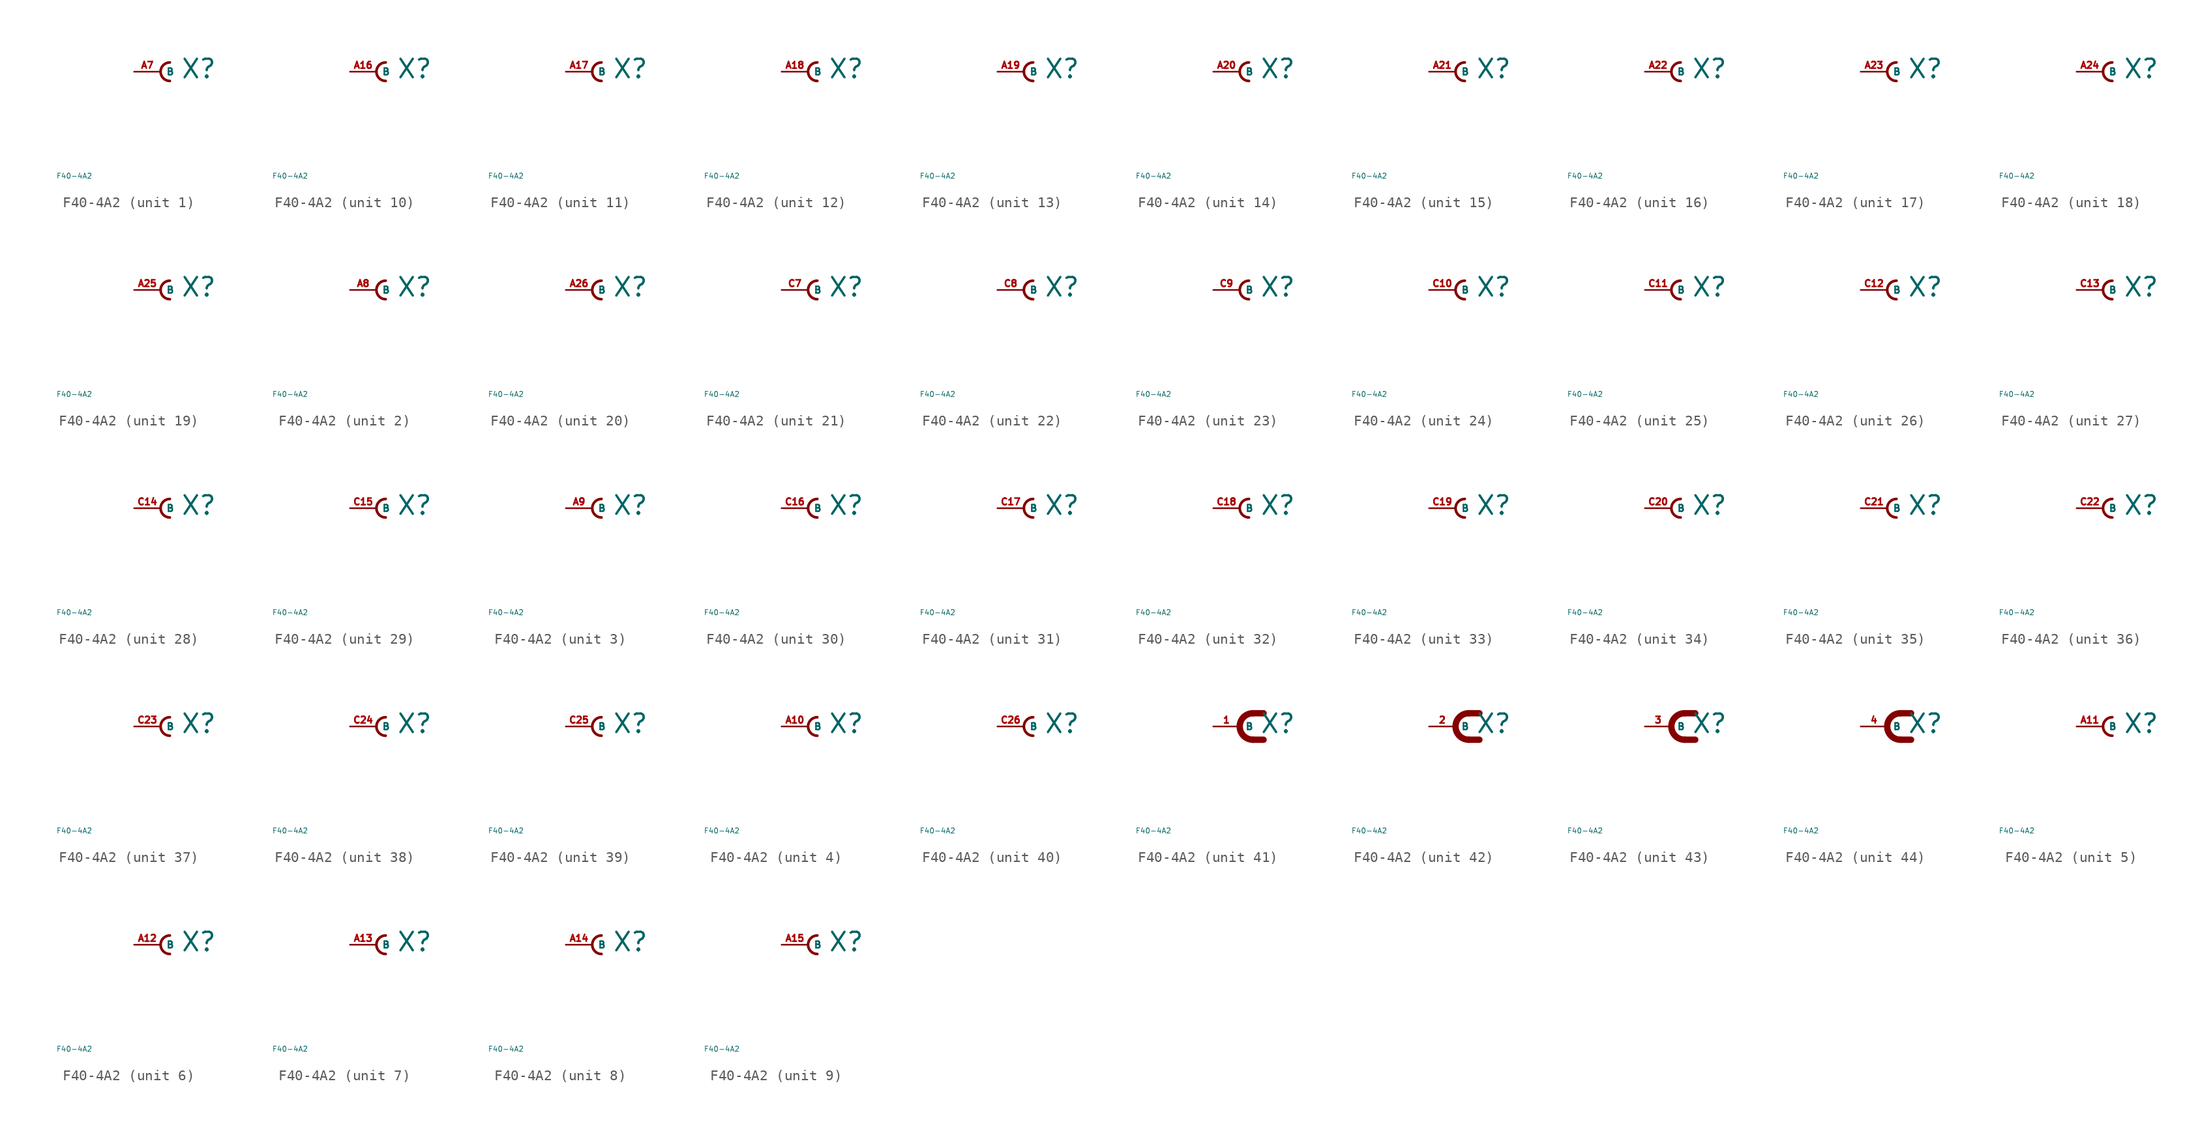
<source format=kicad_sym>
(kicad_symbol_lib
  (version 20220914)
  (generator Eagle2Kicad)
  (symbol "F40-4A2"
    (property "Reference" "X"
      (at 1.905 -0.762 0)
      (effects (font (size 1.778 1.778) (thickness 0.22)) (justify left bottom)))
    (property "Value" "F40-4A2"
      (at -10 -10 0)
      (effects (font (size 0.5 0.5) (thickness 0.06)) (justify left)))
    (symbol "F40-4A2_1_0"
      (arc (start 0.889 0.889) (mid 0.000 0.000) (end 0.889 -0.889) (stroke (width 0.254) (type default)) (fill (type none)))
      (pin passive line (at -2.54 0 0) (length 2.54) (name "B" (effects (font (size 0.635 0.635) (thickness 0.08)) (justify left bottom))) (number "A7" (effects (font (size 0.635 0.635) (thickness 0.08)) (justify left bottom)))))
    (symbol "F40-4A2_2_0"
      (arc (start 0.889 0.889) (mid 0.000 0.000) (end 0.889 -0.889) (stroke (width 0.254) (type default)) (fill (type none)))
      (pin passive line (at -2.54 0 0) (length 2.54) (name "B" (effects (font (size 0.635 0.635) (thickness 0.08)) (justify left bottom))) (number "A8" (effects (font (size 0.635 0.635) (thickness 0.08)) (justify left bottom)))))
    (symbol "F40-4A2_3_0"
      (arc (start 0.889 0.889) (mid 0.000 0.000) (end 0.889 -0.889) (stroke (width 0.254) (type default)) (fill (type none)))
      (pin passive line (at -2.54 0 0) (length 2.54) (name "B" (effects (font (size 0.635 0.635) (thickness 0.08)) (justify left bottom))) (number "A9" (effects (font (size 0.635 0.635) (thickness 0.08)) (justify left bottom)))))
    (symbol "F40-4A2_4_0"
      (arc (start 0.889 0.889) (mid 0.000 0.000) (end 0.889 -0.889) (stroke (width 0.254) (type default)) (fill (type none)))
      (pin passive line (at -2.54 0 0) (length 2.54) (name "B" (effects (font (size 0.635 0.635) (thickness 0.08)) (justify left bottom))) (number "A10" (effects (font (size 0.635 0.635) (thickness 0.08)) (justify left bottom)))))
    (symbol "F40-4A2_5_0"
      (arc (start 0.889 0.889) (mid 0.000 0.000) (end 0.889 -0.889) (stroke (width 0.254) (type default)) (fill (type none)))
      (pin passive line (at -2.54 0 0) (length 2.54) (name "B" (effects (font (size 0.635 0.635) (thickness 0.08)) (justify left bottom))) (number "A11" (effects (font (size 0.635 0.635) (thickness 0.08)) (justify left bottom)))))
    (symbol "F40-4A2_6_0"
      (arc (start 0.889 0.889) (mid 0.000 0.000) (end 0.889 -0.889) (stroke (width 0.254) (type default)) (fill (type none)))
      (pin passive line (at -2.54 0 0) (length 2.54) (name "B" (effects (font (size 0.635 0.635) (thickness 0.08)) (justify left bottom))) (number "A12" (effects (font (size 0.635 0.635) (thickness 0.08)) (justify left bottom)))))
    (symbol "F40-4A2_7_0"
      (arc (start 0.889 0.889) (mid 0.000 0.000) (end 0.889 -0.889) (stroke (width 0.254) (type default)) (fill (type none)))
      (pin passive line (at -2.54 0 0) (length 2.54) (name "B" (effects (font (size 0.635 0.635) (thickness 0.08)) (justify left bottom))) (number "A13" (effects (font (size 0.635 0.635) (thickness 0.08)) (justify left bottom)))))
    (symbol "F40-4A2_8_0"
      (arc (start 0.889 0.889) (mid 0.000 0.000) (end 0.889 -0.889) (stroke (width 0.254) (type default)) (fill (type none)))
      (pin passive line (at -2.54 0 0) (length 2.54) (name "B" (effects (font (size 0.635 0.635) (thickness 0.08)) (justify left bottom))) (number "A14" (effects (font (size 0.635 0.635) (thickness 0.08)) (justify left bottom)))))
    (symbol "F40-4A2_9_0"
      (arc (start 0.889 0.889) (mid 0.000 0.000) (end 0.889 -0.889) (stroke (width 0.254) (type default)) (fill (type none)))
      (pin passive line (at -2.54 0 0) (length 2.54) (name "B" (effects (font (size 0.635 0.635) (thickness 0.08)) (justify left bottom))) (number "A15" (effects (font (size 0.635 0.635) (thickness 0.08)) (justify left bottom)))))
    (symbol "F40-4A2_10_0"
      (arc (start 0.889 0.889) (mid 0.000 0.000) (end 0.889 -0.889) (stroke (width 0.254) (type default)) (fill (type none)))
      (pin passive line (at -2.54 0 0) (length 2.54) (name "B" (effects (font (size 0.635 0.635) (thickness 0.08)) (justify left bottom))) (number "A16" (effects (font (size 0.635 0.635) (thickness 0.08)) (justify left bottom)))))
    (symbol "F40-4A2_11_0"
      (arc (start 0.889 0.889) (mid 0.000 0.000) (end 0.889 -0.889) (stroke (width 0.254) (type default)) (fill (type none)))
      (pin passive line (at -2.54 0 0) (length 2.54) (name "B" (effects (font (size 0.635 0.635) (thickness 0.08)) (justify left bottom))) (number "A17" (effects (font (size 0.635 0.635) (thickness 0.08)) (justify left bottom)))))
    (symbol "F40-4A2_12_0"
      (arc (start 0.889 0.889) (mid 0.000 0.000) (end 0.889 -0.889) (stroke (width 0.254) (type default)) (fill (type none)))
      (pin passive line (at -2.54 0 0) (length 2.54) (name "B" (effects (font (size 0.635 0.635) (thickness 0.08)) (justify left bottom))) (number "A18" (effects (font (size 0.635 0.635) (thickness 0.08)) (justify left bottom)))))
    (symbol "F40-4A2_13_0"
      (arc (start 0.889 0.889) (mid 0.000 0.000) (end 0.889 -0.889) (stroke (width 0.254) (type default)) (fill (type none)))
      (pin passive line (at -2.54 0 0) (length 2.54) (name "B" (effects (font (size 0.635 0.635) (thickness 0.08)) (justify left bottom))) (number "A19" (effects (font (size 0.635 0.635) (thickness 0.08)) (justify left bottom)))))
    (symbol "F40-4A2_14_0"
      (arc (start 0.889 0.889) (mid 0.000 0.000) (end 0.889 -0.889) (stroke (width 0.254) (type default)) (fill (type none)))
      (pin passive line (at -2.54 0 0) (length 2.54) (name "B" (effects (font (size 0.635 0.635) (thickness 0.08)) (justify left bottom))) (number "A20" (effects (font (size 0.635 0.635) (thickness 0.08)) (justify left bottom)))))
    (symbol "F40-4A2_15_0"
      (arc (start 0.889 0.889) (mid 0.000 0.000) (end 0.889 -0.889) (stroke (width 0.254) (type default)) (fill (type none)))
      (pin passive line (at -2.54 0 0) (length 2.54) (name "B" (effects (font (size 0.635 0.635) (thickness 0.08)) (justify left bottom))) (number "A21" (effects (font (size 0.635 0.635) (thickness 0.08)) (justify left bottom)))))
    (symbol "F40-4A2_16_0"
      (arc (start 0.889 0.889) (mid 0.000 0.000) (end 0.889 -0.889) (stroke (width 0.254) (type default)) (fill (type none)))
      (pin passive line (at -2.54 0 0) (length 2.54) (name "B" (effects (font (size 0.635 0.635) (thickness 0.08)) (justify left bottom))) (number "A22" (effects (font (size 0.635 0.635) (thickness 0.08)) (justify left bottom)))))
    (symbol "F40-4A2_17_0"
      (arc (start 0.889 0.889) (mid 0.000 0.000) (end 0.889 -0.889) (stroke (width 0.254) (type default)) (fill (type none)))
      (pin passive line (at -2.54 0 0) (length 2.54) (name "B" (effects (font (size 0.635 0.635) (thickness 0.08)) (justify left bottom))) (number "A23" (effects (font (size 0.635 0.635) (thickness 0.08)) (justify left bottom)))))
    (symbol "F40-4A2_18_0"
      (arc (start 0.889 0.889) (mid 0.000 0.000) (end 0.889 -0.889) (stroke (width 0.254) (type default)) (fill (type none)))
      (pin passive line (at -2.54 0 0) (length 2.54) (name "B" (effects (font (size 0.635 0.635) (thickness 0.08)) (justify left bottom))) (number "A24" (effects (font (size 0.635 0.635) (thickness 0.08)) (justify left bottom)))))
    (symbol "F40-4A2_19_0"
      (arc (start 0.889 0.889) (mid 0.000 0.000) (end 0.889 -0.889) (stroke (width 0.254) (type default)) (fill (type none)))
      (pin passive line (at -2.54 0 0) (length 2.54) (name "B" (effects (font (size 0.635 0.635) (thickness 0.08)) (justify left bottom))) (number "A25" (effects (font (size 0.635 0.635) (thickness 0.08)) (justify left bottom)))))
    (symbol "F40-4A2_20_0"
      (arc (start 0.889 0.889) (mid 0.000 0.000) (end 0.889 -0.889) (stroke (width 0.254) (type default)) (fill (type none)))
      (pin passive line (at -2.54 0 0) (length 2.54) (name "B" (effects (font (size 0.635 0.635) (thickness 0.08)) (justify left bottom))) (number "A26" (effects (font (size 0.635 0.635) (thickness 0.08)) (justify left bottom)))))
    (symbol "F40-4A2_21_0"
      (arc (start 0.889 0.889) (mid 0.000 0.000) (end 0.889 -0.889) (stroke (width 0.254) (type default)) (fill (type none)))
      (pin passive line (at -2.54 0 0) (length 2.54) (name "B" (effects (font (size 0.635 0.635) (thickness 0.08)) (justify left bottom))) (number "C7" (effects (font (size 0.635 0.635) (thickness 0.08)) (justify left bottom)))))
    (symbol "F40-4A2_22_0"
      (arc (start 0.889 0.889) (mid 0.000 0.000) (end 0.889 -0.889) (stroke (width 0.254) (type default)) (fill (type none)))
      (pin passive line (at -2.54 0 0) (length 2.54) (name "B" (effects (font (size 0.635 0.635) (thickness 0.08)) (justify left bottom))) (number "C8" (effects (font (size 0.635 0.635) (thickness 0.08)) (justify left bottom)))))
    (symbol "F40-4A2_23_0"
      (arc (start 0.889 0.889) (mid 0.000 0.000) (end 0.889 -0.889) (stroke (width 0.254) (type default)) (fill (type none)))
      (pin passive line (at -2.54 0 0) (length 2.54) (name "B" (effects (font (size 0.635 0.635) (thickness 0.08)) (justify left bottom))) (number "C9" (effects (font (size 0.635 0.635) (thickness 0.08)) (justify left bottom)))))
    (symbol "F40-4A2_24_0"
      (arc (start 0.889 0.889) (mid 0.000 0.000) (end 0.889 -0.889) (stroke (width 0.254) (type default)) (fill (type none)))
      (pin passive line (at -2.54 0 0) (length 2.54) (name "B" (effects (font (size 0.635 0.635) (thickness 0.08)) (justify left bottom))) (number "C10" (effects (font (size 0.635 0.635) (thickness 0.08)) (justify left bottom)))))
    (symbol "F40-4A2_25_0"
      (arc (start 0.889 0.889) (mid 0.000 0.000) (end 0.889 -0.889) (stroke (width 0.254) (type default)) (fill (type none)))
      (pin passive line (at -2.54 0 0) (length 2.54) (name "B" (effects (font (size 0.635 0.635) (thickness 0.08)) (justify left bottom))) (number "C11" (effects (font (size 0.635 0.635) (thickness 0.08)) (justify left bottom)))))
    (symbol "F40-4A2_26_0"
      (arc (start 0.889 0.889) (mid 0.000 0.000) (end 0.889 -0.889) (stroke (width 0.254) (type default)) (fill (type none)))
      (pin passive line (at -2.54 0 0) (length 2.54) (name "B" (effects (font (size 0.635 0.635) (thickness 0.08)) (justify left bottom))) (number "C12" (effects (font (size 0.635 0.635) (thickness 0.08)) (justify left bottom)))))
    (symbol "F40-4A2_27_0"
      (arc (start 0.889 0.889) (mid 0.000 0.000) (end 0.889 -0.889) (stroke (width 0.254) (type default)) (fill (type none)))
      (pin passive line (at -2.54 0 0) (length 2.54) (name "B" (effects (font (size 0.635 0.635) (thickness 0.08)) (justify left bottom))) (number "C13" (effects (font (size 0.635 0.635) (thickness 0.08)) (justify left bottom)))))
    (symbol "F40-4A2_28_0"
      (arc (start 0.889 0.889) (mid 0.000 0.000) (end 0.889 -0.889) (stroke (width 0.254) (type default)) (fill (type none)))
      (pin passive line (at -2.54 0 0) (length 2.54) (name "B" (effects (font (size 0.635 0.635) (thickness 0.08)) (justify left bottom))) (number "C14" (effects (font (size 0.635 0.635) (thickness 0.08)) (justify left bottom)))))
    (symbol "F40-4A2_29_0"
      (arc (start 0.889 0.889) (mid 0.000 0.000) (end 0.889 -0.889) (stroke (width 0.254) (type default)) (fill (type none)))
      (pin passive line (at -2.54 0 0) (length 2.54) (name "B" (effects (font (size 0.635 0.635) (thickness 0.08)) (justify left bottom))) (number "C15" (effects (font (size 0.635 0.635) (thickness 0.08)) (justify left bottom)))))
    (symbol "F40-4A2_30_0"
      (arc (start 0.889 0.889) (mid 0.000 0.000) (end 0.889 -0.889) (stroke (width 0.254) (type default)) (fill (type none)))
      (pin passive line (at -2.54 0 0) (length 2.54) (name "B" (effects (font (size 0.635 0.635) (thickness 0.08)) (justify left bottom))) (number "C16" (effects (font (size 0.635 0.635) (thickness 0.08)) (justify left bottom)))))
    (symbol "F40-4A2_31_0"
      (arc (start 0.889 0.889) (mid 0.000 0.000) (end 0.889 -0.889) (stroke (width 0.254) (type default)) (fill (type none)))
      (pin passive line (at -2.54 0 0) (length 2.54) (name "B" (effects (font (size 0.635 0.635) (thickness 0.08)) (justify left bottom))) (number "C17" (effects (font (size 0.635 0.635) (thickness 0.08)) (justify left bottom)))))
    (symbol "F40-4A2_32_0"
      (arc (start 0.889 0.889) (mid 0.000 0.000) (end 0.889 -0.889) (stroke (width 0.254) (type default)) (fill (type none)))
      (pin passive line (at -2.54 0 0) (length 2.54) (name "B" (effects (font (size 0.635 0.635) (thickness 0.08)) (justify left bottom))) (number "C18" (effects (font (size 0.635 0.635) (thickness 0.08)) (justify left bottom)))))
    (symbol "F40-4A2_33_0"
      (arc (start 0.889 0.889) (mid 0.000 0.000) (end 0.889 -0.889) (stroke (width 0.254) (type default)) (fill (type none)))
      (pin passive line (at -2.54 0 0) (length 2.54) (name "B" (effects (font (size 0.635 0.635) (thickness 0.08)) (justify left bottom))) (number "C19" (effects (font (size 0.635 0.635) (thickness 0.08)) (justify left bottom)))))
    (symbol "F40-4A2_34_0"
      (arc (start 0.889 0.889) (mid 0.000 0.000) (end 0.889 -0.889) (stroke (width 0.254) (type default)) (fill (type none)))
      (pin passive line (at -2.54 0 0) (length 2.54) (name "B" (effects (font (size 0.635 0.635) (thickness 0.08)) (justify left bottom))) (number "C20" (effects (font (size 0.635 0.635) (thickness 0.08)) (justify left bottom)))))
    (symbol "F40-4A2_35_0"
      (arc (start 0.889 0.889) (mid 0.000 0.000) (end 0.889 -0.889) (stroke (width 0.254) (type default)) (fill (type none)))
      (pin passive line (at -2.54 0 0) (length 2.54) (name "B" (effects (font (size 0.635 0.635) (thickness 0.08)) (justify left bottom))) (number "C21" (effects (font (size 0.635 0.635) (thickness 0.08)) (justify left bottom)))))
    (symbol "F40-4A2_36_0"
      (arc (start 0.889 0.889) (mid 0.000 0.000) (end 0.889 -0.889) (stroke (width 0.254) (type default)) (fill (type none)))
      (pin passive line (at -2.54 0 0) (length 2.54) (name "B" (effects (font (size 0.635 0.635) (thickness 0.08)) (justify left bottom))) (number "C22" (effects (font (size 0.635 0.635) (thickness 0.08)) (justify left bottom)))))
    (symbol "F40-4A2_37_0"
      (arc (start 0.889 0.889) (mid 0.000 0.000) (end 0.889 -0.889) (stroke (width 0.254) (type default)) (fill (type none)))
      (pin passive line (at -2.54 0 0) (length 2.54) (name "B" (effects (font (size 0.635 0.635) (thickness 0.08)) (justify left bottom))) (number "C23" (effects (font (size 0.635 0.635) (thickness 0.08)) (justify left bottom)))))
    (symbol "F40-4A2_38_0"
      (arc (start 0.889 0.889) (mid 0.000 0.000) (end 0.889 -0.889) (stroke (width 0.254) (type default)) (fill (type none)))
      (pin passive line (at -2.54 0 0) (length 2.54) (name "B" (effects (font (size 0.635 0.635) (thickness 0.08)) (justify left bottom))) (number "C24" (effects (font (size 0.635 0.635) (thickness 0.08)) (justify left bottom)))))
    (symbol "F40-4A2_39_0"
      (arc (start 0.889 0.889) (mid 0.000 0.000) (end 0.889 -0.889) (stroke (width 0.254) (type default)) (fill (type none)))
      (pin passive line (at -2.54 0 0) (length 2.54) (name "B" (effects (font (size 0.635 0.635) (thickness 0.08)) (justify left bottom))) (number "C25" (effects (font (size 0.635 0.635) (thickness 0.08)) (justify left bottom)))))
    (symbol "F40-4A2_40_0"
      (arc (start 0.889 0.889) (mid 0.000 0.000) (end 0.889 -0.889) (stroke (width 0.254) (type default)) (fill (type none)))
      (pin passive line (at -2.54 0 0) (length 2.54) (name "B" (effects (font (size 0.635 0.635) (thickness 0.08)) (justify left bottom))) (number "C26" (effects (font (size 0.635 0.635) (thickness 0.08)) (justify left bottom)))))
    (symbol "F40-4A2_41_0"
      (arc (start 1.27 1.27) (mid 0.000 0.000) (end 1.27 -1.27) (stroke (width 0.6096) (type default)) (fill (type none)))
      (polyline (pts (xy 1.27 1.27) (xy 2.286 1.27)) (stroke (width 0.61) (type default)) (fill (type none)))
      (polyline (pts (xy 1.27 -1.27) (xy 2.286 -1.27)) (stroke (width 0.61) (type default)) (fill (type none)))
      (pin passive line (at -2.54 0 0) (length 2.54) (name "B" (effects (font (size 0.635 0.635) (thickness 0.08)) (justify left bottom))) (number "1" (effects (font (size 0.635 0.635) (thickness 0.08)) (justify left bottom)))))
    (symbol "F40-4A2_42_0"
      (arc (start 1.27 1.27) (mid 0.000 0.000) (end 1.27 -1.27) (stroke (width 0.6096) (type default)) (fill (type none)))
      (polyline (pts (xy 1.27 1.27) (xy 2.286 1.27)) (stroke (width 0.61) (type default)) (fill (type none)))
      (polyline (pts (xy 1.27 -1.27) (xy 2.286 -1.27)) (stroke (width 0.61) (type default)) (fill (type none)))
      (pin passive line (at -2.54 0 0) (length 2.54) (name "B" (effects (font (size 0.635 0.635) (thickness 0.08)) (justify left bottom))) (number "2" (effects (font (size 0.635 0.635) (thickness 0.08)) (justify left bottom)))))
    (symbol "F40-4A2_43_0"
      (arc (start 1.27 1.27) (mid 0.000 0.000) (end 1.27 -1.27) (stroke (width 0.6096) (type default)) (fill (type none)))
      (polyline (pts (xy 1.27 1.27) (xy 2.286 1.27)) (stroke (width 0.61) (type default)) (fill (type none)))
      (polyline (pts (xy 1.27 -1.27) (xy 2.286 -1.27)) (stroke (width 0.61) (type default)) (fill (type none)))
      (pin passive line (at -2.54 0 0) (length 2.54) (name "B" (effects (font (size 0.635 0.635) (thickness 0.08)) (justify left bottom))) (number "3" (effects (font (size 0.635 0.635) (thickness 0.08)) (justify left bottom)))))
    (symbol "F40-4A2_44_0"
      (arc (start 1.27 1.27) (mid 0.000 0.000) (end 1.27 -1.27) (stroke (width 0.6096) (type default)) (fill (type none)))
      (polyline (pts (xy 1.27 1.27) (xy 2.286 1.27)) (stroke (width 0.61) (type default)) (fill (type none)))
      (polyline (pts (xy 1.27 -1.27) (xy 2.286 -1.27)) (stroke (width 0.61) (type default)) (fill (type none)))
      (pin passive line (at -2.54 0 0) (length 2.54) (name "B" (effects (font (size 0.635 0.635) (thickness 0.08)) (justify left bottom))) (number "4" (effects (font (size 0.635 0.635) (thickness 0.08)) (justify left bottom)))))))
</source>
